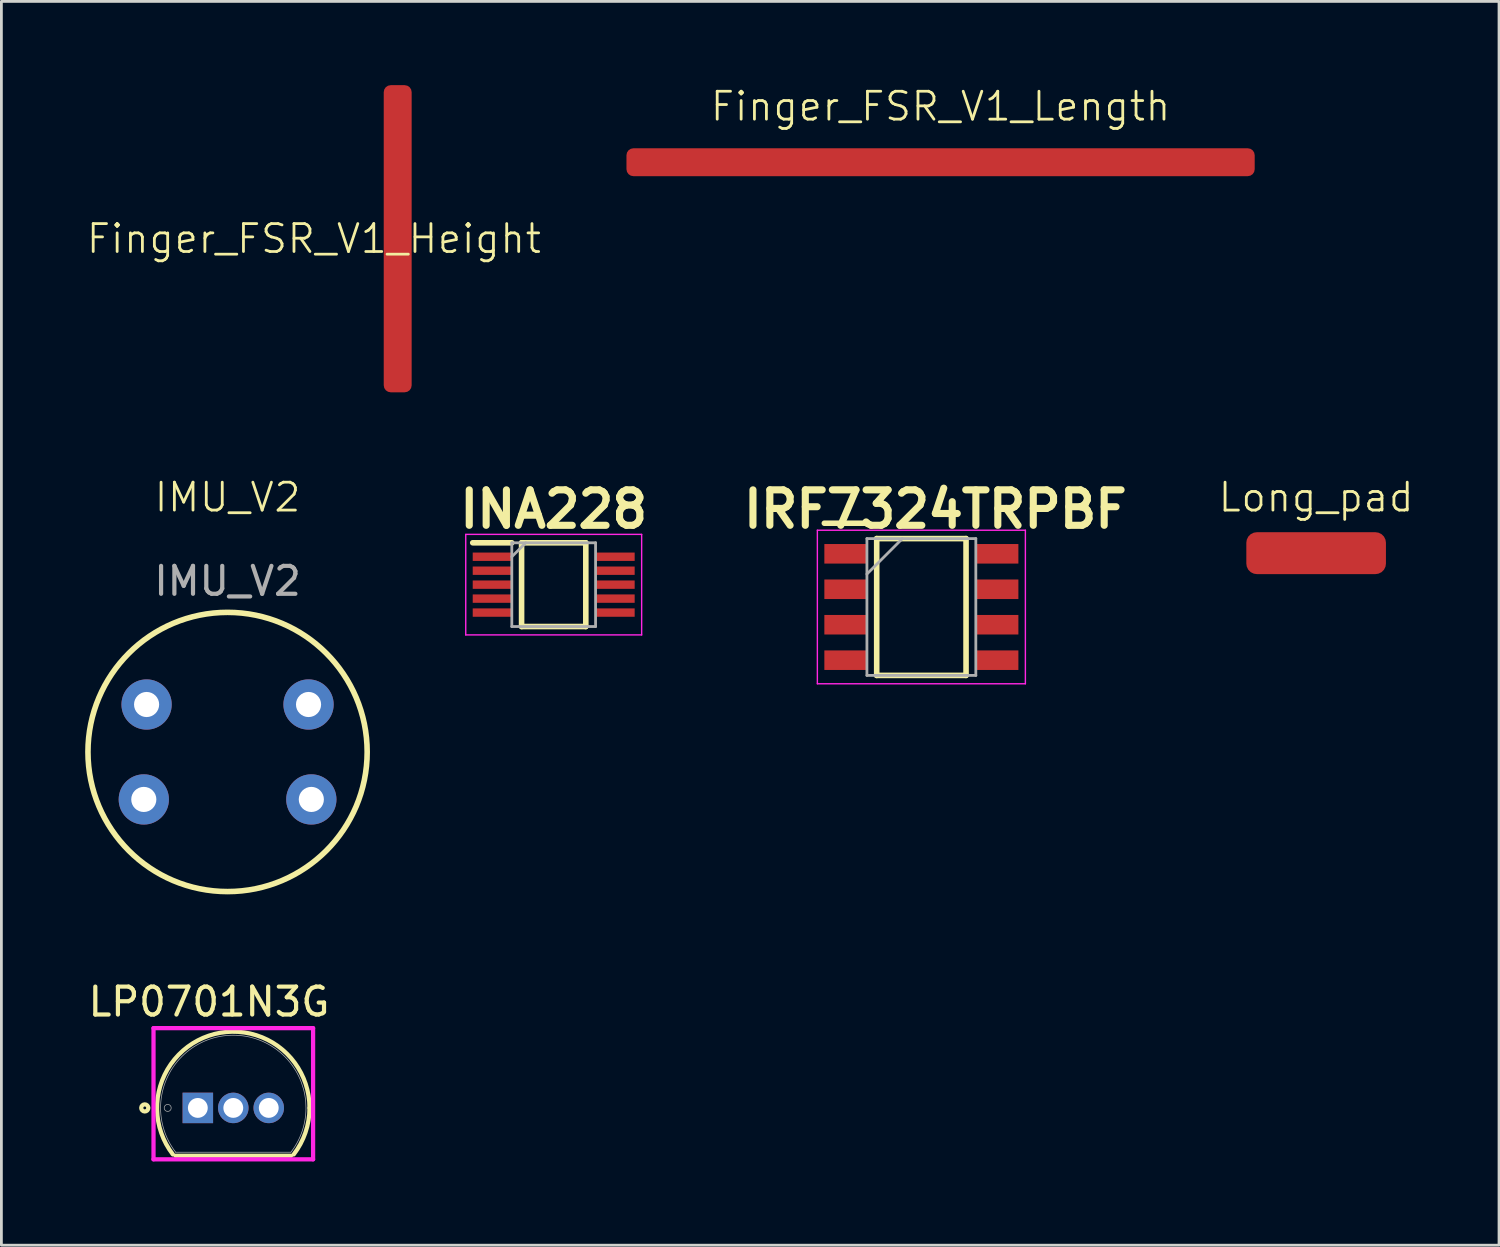
<source format=kicad_pcb>
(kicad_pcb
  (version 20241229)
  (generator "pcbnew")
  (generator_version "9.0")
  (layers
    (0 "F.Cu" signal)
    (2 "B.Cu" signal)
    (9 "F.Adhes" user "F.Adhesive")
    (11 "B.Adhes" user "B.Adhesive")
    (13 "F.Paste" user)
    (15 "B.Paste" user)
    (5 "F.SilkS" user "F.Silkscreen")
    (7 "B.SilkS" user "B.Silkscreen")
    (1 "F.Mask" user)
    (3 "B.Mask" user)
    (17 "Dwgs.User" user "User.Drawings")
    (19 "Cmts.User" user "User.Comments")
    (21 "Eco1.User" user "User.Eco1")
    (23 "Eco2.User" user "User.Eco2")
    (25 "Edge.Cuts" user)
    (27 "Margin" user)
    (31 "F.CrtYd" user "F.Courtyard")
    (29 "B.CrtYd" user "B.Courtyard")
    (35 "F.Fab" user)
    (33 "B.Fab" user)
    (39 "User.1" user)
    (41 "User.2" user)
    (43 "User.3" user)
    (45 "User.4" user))
  (footprint "LP0701N3G"
    (layer "F.Cu")
    (at 4.035 36.629)
    (property "Reference" "LP0701N3G" (at 0.4 -3.8 0) (unlocked yes) (layer "F.SilkS") (effects (font (size 1 1) (thickness 0.15))))
    (attr through_hole)
    (fp_line (start -0.794 1.714) (end 3.334 1.714) (stroke (width 0.152) (type solid)) (layer "F.SilkS"))
    (fp_arc (start -0.894167 1.664936) (mid 0.39069 -2.585042) (end 4.0005 0) (stroke (width 0.1524) (type solid)) (layer "F.SilkS"))
    (fp_arc (start 4.0005 0.000001) (mid 3.855041 0.879313) (end 3.434164 1.66494) (stroke (width 0.1524) (type solid)) (layer "F.SilkS"))
    (fp_circle (center -1.9 0) (end -1.773 0) (stroke (width 0.152) (type solid)) (fill no) (layer "F.SilkS"))
    (fp_line (start -1.587 -2.857) (end 4.128 -2.857) (stroke (width 0.152) (type solid)) (layer "F.CrtYd"))
    (fp_line (start -1.587 1.841) (end -1.587 -2.857) (stroke (width 0.152) (type solid)) (layer "F.CrtYd"))
    (fp_line (start 4.128 -2.857) (end 4.128 1.841) (stroke (width 0.152) (type solid)) (layer "F.CrtYd"))
    (fp_line (start 4.128 1.841) (end -1.587 1.841) (stroke (width 0.152) (type solid)) (layer "F.CrtYd"))
    (fp_line (start -0.794 1.587) (end 3.334 1.587) (stroke (width 0.025) (type solid)) (layer "F.Fab"))
    (fp_line (start -0.254 0) (end 0.254 0) (stroke (width 0.152) (type solid)) (layer "F.Fab"))
    (fp_line (start 0 0.254) (end 0 -0.254) (stroke (width 0.152) (type solid)) (layer "F.Fab"))
    (fp_arc (start -0.793507 1.587499) (mid 1.270001 -2.6035) (end 3.333506 1.5875) (stroke (width 0.0254) (type solid)) (layer "F.Fab"))
    (fp_circle (center -1.079 0) (end -0.953 0) (stroke (width 0.025) (type solid)) (fill no) (layer "F.Fab"))
    (pad "1" thru_hole rect (at 0 0) (size 1.092 1.092) (drill 0.711) (layers "*.Cu" "*.Mask"))
    (pad "2" thru_hole circle (at 1.27 0) (size 1.092 1.092) (drill 0.711) (layers "*.Cu" "*.Mask"))
    (pad "3" thru_hole circle (at 2.54 0) (size 1.092 1.092) (drill 0.711) (layers "*.Cu" "*.Mask")))
  (footprint "INA228"
    (layer "F.Cu")
    (at 16.78 17.889)
    (property "Reference" "INA228" (at 0 -2.7 0) (layer "F.SilkS") (effects (font (size 1.27 1.27) (thickness 0.254))))
    (attr smd)
    (fp_line (start -2.9 -1.5) (end -1.5 -1.5) (stroke (width 0.2) (type solid)) (layer "F.SilkS"))
    (fp_line (start -1.15 -1.5) (end 1.15 -1.5) (stroke (width 0.2) (type solid)) (layer "F.SilkS"))
    (fp_line (start -1.15 1.5) (end -1.15 -1.5) (stroke (width 0.2) (type solid)) (layer "F.SilkS"))
    (fp_line (start 1.15 -1.5) (end 1.15 1.5) (stroke (width 0.2) (type solid)) (layer "F.SilkS"))
    (fp_line (start 1.15 1.5) (end -1.15 1.5) (stroke (width 0.2) (type solid)) (layer "F.SilkS"))
    (fp_line (start -3.15 -1.8) (end 3.15 -1.8) (stroke (width 0.05) (type solid)) (layer "F.CrtYd"))
    (fp_line (start -3.15 1.8) (end -3.15 -1.8) (stroke (width 0.05) (type solid)) (layer "F.CrtYd"))
    (fp_line (start 3.15 -1.8) (end 3.15 1.8) (stroke (width 0.05) (type solid)) (layer "F.CrtYd"))
    (fp_line (start 3.15 1.8) (end -3.15 1.8) (stroke (width 0.05) (type solid)) (layer "F.CrtYd"))
    (fp_line (start -1.5 -1.5) (end 1.5 -1.5) (stroke (width 0.1) (type solid)) (layer "F.Fab"))
    (fp_line (start -1.5 -1) (end -1 -1.5) (stroke (width 0.1) (type solid)) (layer "F.Fab"))
    (fp_line (start -1.5 1.5) (end -1.5 -1.5) (stroke (width 0.1) (type solid)) (layer "F.Fab"))
    (fp_line (start 1.5 -1.5) (end 1.5 1.5) (stroke (width 0.1) (type solid)) (layer "F.Fab"))
    (fp_line (start 1.5 1.5) (end -1.5 1.5) (stroke (width 0.1) (type solid)) (layer "F.Fab"))
    (pad "1" smd rect (at -2.2 -1 90) (size 0.3 1.4) (layers "F.Cu" "F.Mask" "F.Paste"))
    (pad "2" smd rect (at -2.2 -0.5 90) (size 0.3 1.4) (layers "F.Cu" "F.Mask" "F.Paste"))
    (pad "3" smd rect (at -2.2 0 90) (size 0.3 1.4) (layers "F.Cu" "F.Mask" "F.Paste"))
    (pad "4" smd rect (at -2.2 0.5 90) (size 0.3 1.4) (layers "F.Cu" "F.Mask" "F.Paste"))
    (pad "5" smd rect (at -2.2 1 90) (size 0.3 1.4) (layers "F.Cu" "F.Mask" "F.Paste"))
    (pad "6" smd rect (at 2.2 1 90) (size 0.3 1.4) (layers "F.Cu" "F.Mask" "F.Paste"))
    (pad "7" smd rect (at 2.2 0.5 90) (size 0.3 1.4) (layers "F.Cu" "F.Mask" "F.Paste"))
    (pad "8" smd rect (at 2.2 0 90) (size 0.3 1.4) (layers "F.Cu" "F.Mask" "F.Paste"))
    (pad "9" smd rect (at 2.2 -0.5 90) (size 0.3 1.4) (layers "F.Cu" "F.Mask" "F.Paste"))
    (pad "10" smd rect (at 2.2 -1 90) (size 0.3 1.4) (layers "F.Cu" "F.Mask" "F.Paste")))
  (footprint "Finger_FSR_V1_Length"
    (layer "F.Cu")
    (at 30.636 2.76)
    (property "Reference" "Finger_FSR_V1_Length" (at 0 -2 0) (unlocked yes) (layer "F.SilkS") (effects (font (size 1 1) (thickness 0.1))))
    (attr smd)
    (pad "1" smd roundrect (at 0 0) (size 22.5 1) (layers "F.Cu" "F.Mask" "F.Paste") (roundrect_rratio 0.25)))
  (footprint "Long_pad"
    (layer "F.Cu")
    (at 44.086 16.761)
    (property "Reference" "Long_pad" (at 0 -2 0) (unlocked yes) (layer "F.SilkS") (effects (font (size 1 1) (thickness 0.1))))
    (attr smd)
    (pad "1" smd roundrect (at 0 0) (size 5 1.5) (layers "F.Cu" "F.Mask" "F.Paste") (roundrect_rratio 0.25)))
  (footprint "IMU_V2"
    (layer "F.Cu")
    (at 5.1 23.881)
    (property "Reference" "IMU_V2" (at 0 -9.12 0) (unlocked yes) (layer "F.SilkS") (effects (font (size 1 1) (thickness 0.1))))
    (attr through_hole)
    (fp_circle (center 0 0) (end 5 0) (stroke (width 0.2) (type solid)) (fill no) (layer "F.SilkS"))
    (fp_circle (center -3 1.7) (end -2.49 1.7) (stroke (width 0.2) (type solid)) (fill no) (layer "User.4"))
    (fp_circle (center -2.9 -1.7) (end -2.39 -1.7) (stroke (width 0.2) (type solid)) (fill no) (layer "User.4"))
    (fp_circle (center 2.9 -1.7) (end 3.41 -1.7) (stroke (width 0.2) (type solid)) (fill no) (layer "User.4"))
    (fp_circle (center 3 1.7) (end 3.51 1.7) (stroke (width 0.2) (type solid)) (fill no) (layer "User.4"))
    (fp_text user "${REFERENCE}" (at 0 -6.12 0) (unlocked yes) (layer "F.Fab") (effects (font (size 1 1) (thickness 0.15))))
    (pad "1" thru_hole circle (at -2.9 -1.7) (size 1.8 1.8) (drill 0.9) (layers "*.Cu" "*.Mask"))
    (pad "2" thru_hole circle (at 2.9 -1.7) (size 1.8 1.8) (drill 0.9) (layers "*.Cu" "*.Mask"))
    (pad "3" thru_hole circle (at 3 1.7) (size 1.8 1.8) (drill 0.9) (layers "*.Cu" "*.Mask"))
    (pad "4" thru_hole circle (at -3 1.7) (size 1.8 1.8) (drill 0.9) (layers "*.Cu" "*.Mask")))
  (footprint "Finger_FSR_V1_Height"
    (layer "F.Cu")
    (at 11.193 5.5)
    (property "Reference" "Finger_FSR_V1_Height" (at -3 0 0) (unlocked yes) (layer "F.SilkS") (effects (font (size 1 1) (thickness 0.1))))
    (attr smd)
    (pad "1" smd roundrect (at 0 0) (size 1 11) (layers "F.Cu" "F.Mask" "F.Paste") (roundrect_rratio 0.25)))
  (footprint "IRF7324TRPBF"
    (layer "F.Cu")
    (at 29.948 18.689)
    (property "Reference" "IRF7324TRPBF" (at 0.5 -3.5 0) (layer "F.SilkS") (effects (font (size 1.27 1.27) (thickness 0.254))))
    (attr smd)
    (fp_line (start -3.475 -3) (end -1.95 -3) (stroke (width 0.2) (type solid)) (layer "F.SilkS"))
    (fp_line (start -1.6 -2.45) (end 1.6 -2.45) (stroke (width 0.2) (type solid)) (layer "F.SilkS"))
    (fp_line (start -1.6 2.45) (end -1.6 -2.45) (stroke (width 0.2) (type solid)) (layer "F.SilkS"))
    (fp_line (start 1.6 -2.45) (end 1.6 2.45) (stroke (width 0.2) (type solid)) (layer "F.SilkS"))
    (fp_line (start 1.6 2.45) (end -1.6 2.45) (stroke (width 0.2) (type solid)) (layer "F.SilkS"))
    (fp_line (start -3.725 -2.75) (end 3.725 -2.75) (stroke (width 0.05) (type solid)) (layer "F.CrtYd"))
    (fp_line (start -3.725 2.75) (end -3.725 -2.75) (stroke (width 0.05) (type solid)) (layer "F.CrtYd"))
    (fp_line (start 3.725 -2.75) (end 3.725 2.75) (stroke (width 0.05) (type solid)) (layer "F.CrtYd"))
    (fp_line (start 3.725 2.75) (end -3.725 2.75) (stroke (width 0.05) (type solid)) (layer "F.CrtYd"))
    (fp_line (start -1.95 -2.45) (end 1.95 -2.45) (stroke (width 0.1) (type solid)) (layer "F.Fab"))
    (fp_line (start -1.95 -1.18) (end -0.68 -2.45) (stroke (width 0.1) (type solid)) (layer "F.Fab"))
    (fp_line (start -1.95 2.45) (end -1.95 -2.45) (stroke (width 0.1) (type solid)) (layer "F.Fab"))
    (fp_line (start 1.95 -2.45) (end 1.95 2.45) (stroke (width 0.1) (type solid)) (layer "F.Fab"))
    (fp_line (start 1.95 2.45) (end -1.95 2.45) (stroke (width 0.1) (type solid)) (layer "F.Fab"))
    (pad "1" smd rect (at -2.712 -1.905 90) (size 0.7 1.525) (layers "F.Cu" "F.Mask" "F.Paste"))
    (pad "2" smd rect (at -2.712 -0.635 90) (size 0.7 1.525) (layers "F.Cu" "F.Mask" "F.Paste"))
    (pad "3" smd rect (at -2.712 0.635 90) (size 0.7 1.525) (layers "F.Cu" "F.Mask" "F.Paste"))
    (pad "4" smd rect (at -2.712 1.905 90) (size 0.7 1.525) (layers "F.Cu" "F.Mask" "F.Paste"))
    (pad "5" smd rect (at 2.712 1.905 90) (size 0.7 1.525) (layers "F.Cu" "F.Mask" "F.Paste"))
    (pad "6" smd rect (at 2.712 0.635 90) (size 0.7 1.525) (layers "F.Cu" "F.Mask" "F.Paste"))
    (pad "7" smd rect (at 2.712 -0.635 90) (size 0.7 1.525) (layers "F.Cu" "F.Mask" "F.Paste"))
    (pad "8" smd rect (at 2.712 -1.905 90) (size 0.7 1.525) (layers "F.Cu" "F.Mask" "F.Paste")))
  (gr_rect
    (start -3 -3)
    (end 50.636 41.546)
    (stroke (width 0.1) (type default))
    (fill no)
    (layer "Edge.Cuts")))
</source>
